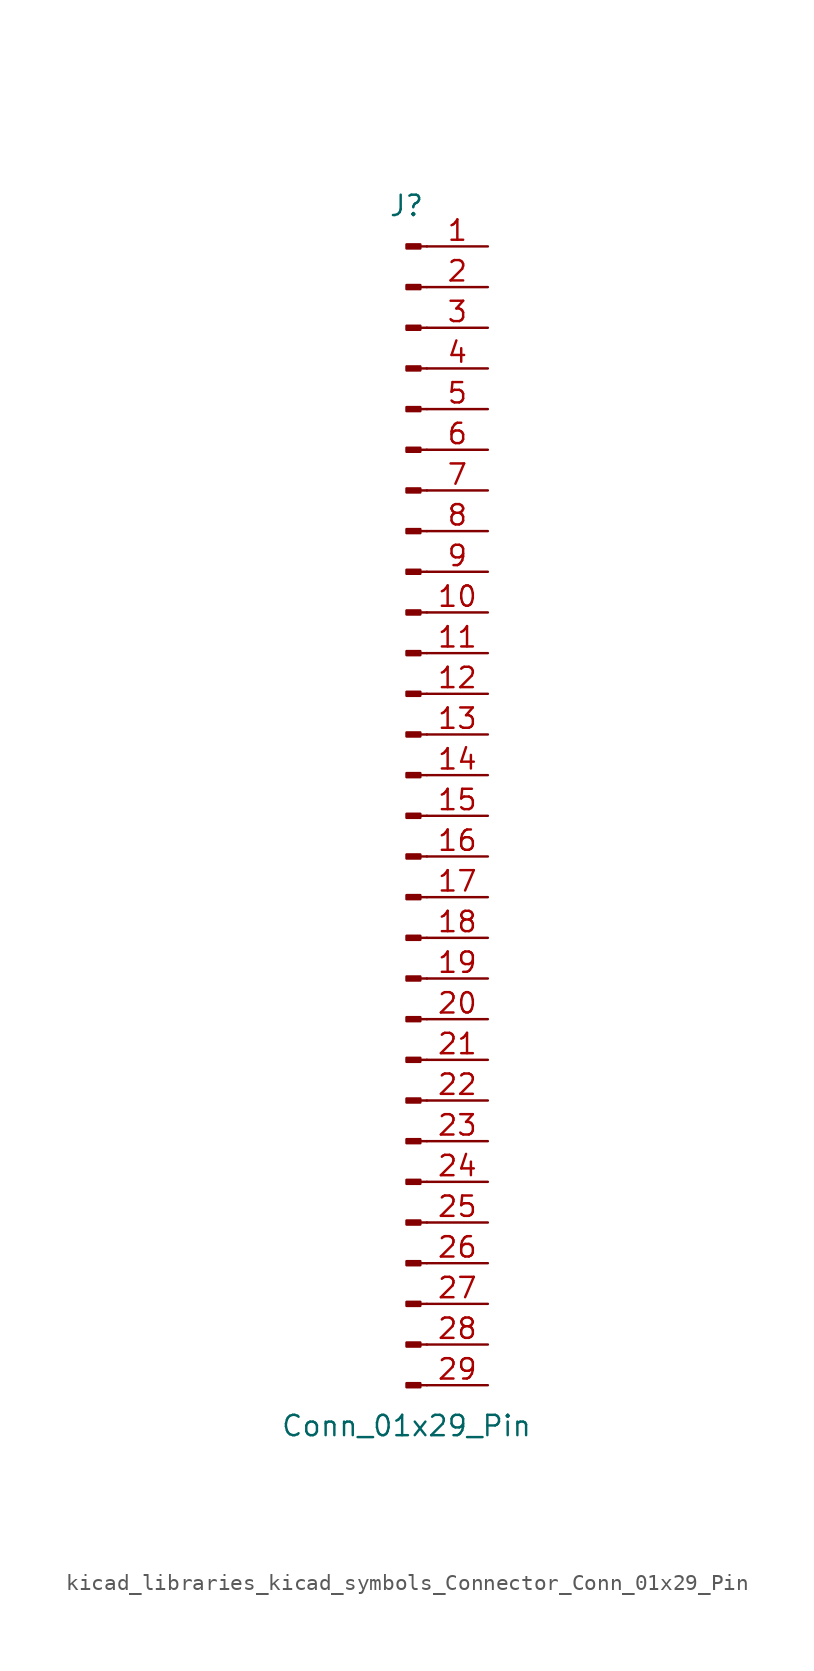
<source format=kicad_sym>
(kicad_symbol_lib
  (version 20220914)
  (generator kicad_symbol_editor)
  (symbol "kicad_libraries_kicad_symbols_Connector_Conn_01x29_Pin"
    (pin_names
      (offset 1.016) hide)
    (property "Reference" "J"
      (at 0 38.1 0)
      (effects (font (size 1.27 1.27))))
    (property "Value" "Conn_01x29_Pin"
      (at 0 -38.1 0)
      (effects (font (size 1.27 1.27))))
    (property "ki_locked" ""
      (at 0 0 0)
      (effects (font (size 1.27 1.27))))
    (symbol "kicad_libraries_kicad_symbols_Connector_Conn_01x29_Pin_1_1"
      (polyline (pts (xy 1.27 -35.56) (xy 0.864 -35.56)) (stroke (width 0.152) (type default)) (fill (type none)))
      (polyline (pts (xy 1.27 -33.02) (xy 0.864 -33.02)) (stroke (width 0.152) (type default)) (fill (type none)))
      (polyline (pts (xy 1.27 -30.48) (xy 0.864 -30.48)) (stroke (width 0.152) (type default)) (fill (type none)))
      (polyline (pts (xy 1.27 -27.94) (xy 0.864 -27.94)) (stroke (width 0.152) (type default)) (fill (type none)))
      (polyline (pts (xy 1.27 -25.4) (xy 0.864 -25.4)) (stroke (width 0.152) (type default)) (fill (type none)))
      (polyline (pts (xy 1.27 -22.86) (xy 0.864 -22.86)) (stroke (width 0.152) (type default)) (fill (type none)))
      (polyline (pts (xy 1.27 -20.32) (xy 0.864 -20.32)) (stroke (width 0.152) (type default)) (fill (type none)))
      (polyline (pts (xy 1.27 -17.78) (xy 0.864 -17.78)) (stroke (width 0.152) (type default)) (fill (type none)))
      (polyline (pts (xy 1.27 -15.24) (xy 0.864 -15.24)) (stroke (width 0.152) (type default)) (fill (type none)))
      (polyline (pts (xy 1.27 -12.7) (xy 0.864 -12.7)) (stroke (width 0.152) (type default)) (fill (type none)))
      (polyline (pts (xy 1.27 -10.16) (xy 0.864 -10.16)) (stroke (width 0.152) (type default)) (fill (type none)))
      (polyline (pts (xy 1.27 -7.62) (xy 0.864 -7.62)) (stroke (width 0.152) (type default)) (fill (type none)))
      (polyline (pts (xy 1.27 -5.08) (xy 0.864 -5.08)) (stroke (width 0.152) (type default)) (fill (type none)))
      (polyline (pts (xy 1.27 -2.54) (xy 0.864 -2.54)) (stroke (width 0.152) (type default)) (fill (type none)))
      (polyline (pts (xy 1.27 0) (xy 0.864 0)) (stroke (width 0.152) (type default)) (fill (type none)))
      (polyline (pts (xy 1.27 2.54) (xy 0.864 2.54)) (stroke (width 0.152) (type default)) (fill (type none)))
      (polyline (pts (xy 1.27 5.08) (xy 0.864 5.08)) (stroke (width 0.152) (type default)) (fill (type none)))
      (polyline (pts (xy 1.27 7.62) (xy 0.864 7.62)) (stroke (width 0.152) (type default)) (fill (type none)))
      (polyline (pts (xy 1.27 10.16) (xy 0.864 10.16)) (stroke (width 0.152) (type default)) (fill (type none)))
      (polyline (pts (xy 1.27 12.7) (xy 0.864 12.7)) (stroke (width 0.152) (type default)) (fill (type none)))
      (polyline (pts (xy 1.27 15.24) (xy 0.864 15.24)) (stroke (width 0.152) (type default)) (fill (type none)))
      (polyline (pts (xy 1.27 17.78) (xy 0.864 17.78)) (stroke (width 0.152) (type default)) (fill (type none)))
      (polyline (pts (xy 1.27 20.32) (xy 0.864 20.32)) (stroke (width 0.152) (type default)) (fill (type none)))
      (polyline (pts (xy 1.27 22.86) (xy 0.864 22.86)) (stroke (width 0.152) (type default)) (fill (type none)))
      (polyline (pts (xy 1.27 25.4) (xy 0.864 25.4)) (stroke (width 0.152) (type default)) (fill (type none)))
      (polyline (pts (xy 1.27 27.94) (xy 0.864 27.94)) (stroke (width 0.152) (type default)) (fill (type none)))
      (polyline (pts (xy 1.27 30.48) (xy 0.864 30.48)) (stroke (width 0.152) (type default)) (fill (type none)))
      (polyline (pts (xy 1.27 33.02) (xy 0.864 33.02)) (stroke (width 0.152) (type default)) (fill (type none)))
      (polyline (pts (xy 1.27 35.56) (xy 0.864 35.56)) (stroke (width 0.152) (type default)) (fill (type none)))
      (rectangle (start 0.864 -35.433) (end 0 -35.687) (stroke (width 0.152) (type default)) (fill (type outline)))
      (rectangle (start 0.864 -32.893) (end 0 -33.147) (stroke (width 0.152) (type default)) (fill (type outline)))
      (rectangle (start 0.864 -30.353) (end 0 -30.607) (stroke (width 0.152) (type default)) (fill (type outline)))
      (rectangle (start 0.864 -27.813) (end 0 -28.067) (stroke (width 0.152) (type default)) (fill (type outline)))
      (rectangle (start 0.864 -25.273) (end 0 -25.527) (stroke (width 0.152) (type default)) (fill (type outline)))
      (rectangle (start 0.864 -22.733) (end 0 -22.987) (stroke (width 0.152) (type default)) (fill (type outline)))
      (rectangle (start 0.864 -20.193) (end 0 -20.447) (stroke (width 0.152) (type default)) (fill (type outline)))
      (rectangle (start 0.864 -17.653) (end 0 -17.907) (stroke (width 0.152) (type default)) (fill (type outline)))
      (rectangle (start 0.864 -15.113) (end 0 -15.367) (stroke (width 0.152) (type default)) (fill (type outline)))
      (rectangle (start 0.864 -12.573) (end 0 -12.827) (stroke (width 0.152) (type default)) (fill (type outline)))
      (rectangle (start 0.864 -10.033) (end 0 -10.287) (stroke (width 0.152) (type default)) (fill (type outline)))
      (rectangle (start 0.864 -7.493) (end 0 -7.747) (stroke (width 0.152) (type default)) (fill (type outline)))
      (rectangle (start 0.864 -4.953) (end 0 -5.207) (stroke (width 0.152) (type default)) (fill (type outline)))
      (rectangle (start 0.864 -2.413) (end 0 -2.667) (stroke (width 0.152) (type default)) (fill (type outline)))
      (rectangle (start 0.864 0.127) (end 0 -0.127) (stroke (width 0.152) (type default)) (fill (type outline)))
      (rectangle (start 0.864 2.667) (end 0 2.413) (stroke (width 0.152) (type default)) (fill (type outline)))
      (rectangle (start 0.864 5.207) (end 0 4.953) (stroke (width 0.152) (type default)) (fill (type outline)))
      (rectangle (start 0.864 7.747) (end 0 7.493) (stroke (width 0.152) (type default)) (fill (type outline)))
      (rectangle (start 0.864 10.287) (end 0 10.033) (stroke (width 0.152) (type default)) (fill (type outline)))
      (rectangle (start 0.864 12.827) (end 0 12.573) (stroke (width 0.152) (type default)) (fill (type outline)))
      (rectangle (start 0.864 15.367) (end 0 15.113) (stroke (width 0.152) (type default)) (fill (type outline)))
      (rectangle (start 0.864 17.907) (end 0 17.653) (stroke (width 0.152) (type default)) (fill (type outline)))
      (rectangle (start 0.864 20.447) (end 0 20.193) (stroke (width 0.152) (type default)) (fill (type outline)))
      (rectangle (start 0.864 22.987) (end 0 22.733) (stroke (width 0.152) (type default)) (fill (type outline)))
      (rectangle (start 0.864 25.527) (end 0 25.273) (stroke (width 0.152) (type default)) (fill (type outline)))
      (rectangle (start 0.864 28.067) (end 0 27.813) (stroke (width 0.152) (type default)) (fill (type outline)))
      (rectangle (start 0.864 30.607) (end 0 30.353) (stroke (width 0.152) (type default)) (fill (type outline)))
      (rectangle (start 0.864 33.147) (end 0 32.893) (stroke (width 0.152) (type default)) (fill (type outline)))
      (rectangle (start 0.864 35.687) (end 0 35.433) (stroke (width 0.152) (type default)) (fill (type outline)))
      (pin passive line (at 5.08 35.56 180) (length 3.81) (name "Pin_1" (effects (font (size 1.27 1.27)))) (number "1" (effects (font (size 1.27 1.27)))))
      (pin passive line (at 5.08 12.7 180) (length 3.81) (name "Pin_10" (effects (font (size 1.27 1.27)))) (number "10" (effects (font (size 1.27 1.27)))))
      (pin passive line (at 5.08 10.16 180) (length 3.81) (name "Pin_11" (effects (font (size 1.27 1.27)))) (number "11" (effects (font (size 1.27 1.27)))))
      (pin passive line (at 5.08 7.62 180) (length 3.81) (name "Pin_12" (effects (font (size 1.27 1.27)))) (number "12" (effects (font (size 1.27 1.27)))))
      (pin passive line (at 5.08 5.08 180) (length 3.81) (name "Pin_13" (effects (font (size 1.27 1.27)))) (number "13" (effects (font (size 1.27 1.27)))))
      (pin passive line (at 5.08 2.54 180) (length 3.81) (name "Pin_14" (effects (font (size 1.27 1.27)))) (number "14" (effects (font (size 1.27 1.27)))))
      (pin passive line (at 5.08 0 180) (length 3.81) (name "Pin_15" (effects (font (size 1.27 1.27)))) (number "15" (effects (font (size 1.27 1.27)))))
      (pin passive line (at 5.08 -2.54 180) (length 3.81) (name "Pin_16" (effects (font (size 1.27 1.27)))) (number "16" (effects (font (size 1.27 1.27)))))
      (pin passive line (at 5.08 -5.08 180) (length 3.81) (name "Pin_17" (effects (font (size 1.27 1.27)))) (number "17" (effects (font (size 1.27 1.27)))))
      (pin passive line (at 5.08 -7.62 180) (length 3.81) (name "Pin_18" (effects (font (size 1.27 1.27)))) (number "18" (effects (font (size 1.27 1.27)))))
      (pin passive line (at 5.08 -10.16 180) (length 3.81) (name "Pin_19" (effects (font (size 1.27 1.27)))) (number "19" (effects (font (size 1.27 1.27)))))
      (pin passive line (at 5.08 33.02 180) (length 3.81) (name "Pin_2" (effects (font (size 1.27 1.27)))) (number "2" (effects (font (size 1.27 1.27)))))
      (pin passive line (at 5.08 -12.7 180) (length 3.81) (name "Pin_20" (effects (font (size 1.27 1.27)))) (number "20" (effects (font (size 1.27 1.27)))))
      (pin passive line (at 5.08 -15.24 180) (length 3.81) (name "Pin_21" (effects (font (size 1.27 1.27)))) (number "21" (effects (font (size 1.27 1.27)))))
      (pin passive line (at 5.08 -17.78 180) (length 3.81) (name "Pin_22" (effects (font (size 1.27 1.27)))) (number "22" (effects (font (size 1.27 1.27)))))
      (pin passive line (at 5.08 -20.32 180) (length 3.81) (name "Pin_23" (effects (font (size 1.27 1.27)))) (number "23" (effects (font (size 1.27 1.27)))))
      (pin passive line (at 5.08 -22.86 180) (length 3.81) (name "Pin_24" (effects (font (size 1.27 1.27)))) (number "24" (effects (font (size 1.27 1.27)))))
      (pin passive line (at 5.08 -25.4 180) (length 3.81) (name "Pin_25" (effects (font (size 1.27 1.27)))) (number "25" (effects (font (size 1.27 1.27)))))
      (pin passive line (at 5.08 -27.94 180) (length 3.81) (name "Pin_26" (effects (font (size 1.27 1.27)))) (number "26" (effects (font (size 1.27 1.27)))))
      (pin passive line (at 5.08 -30.48 180) (length 3.81) (name "Pin_27" (effects (font (size 1.27 1.27)))) (number "27" (effects (font (size 1.27 1.27)))))
      (pin passive line (at 5.08 -33.02 180) (length 3.81) (name "Pin_28" (effects (font (size 1.27 1.27)))) (number "28" (effects (font (size 1.27 1.27)))))
      (pin passive line (at 5.08 -35.56 180) (length 3.81) (name "Pin_29" (effects (font (size 1.27 1.27)))) (number "29" (effects (font (size 1.27 1.27)))))
      (pin passive line (at 5.08 30.48 180) (length 3.81) (name "Pin_3" (effects (font (size 1.27 1.27)))) (number "3" (effects (font (size 1.27 1.27)))))
      (pin passive line (at 5.08 27.94 180) (length 3.81) (name "Pin_4" (effects (font (size 1.27 1.27)))) (number "4" (effects (font (size 1.27 1.27)))))
      (pin passive line (at 5.08 25.4 180) (length 3.81) (name "Pin_5" (effects (font (size 1.27 1.27)))) (number "5" (effects (font (size 1.27 1.27)))))
      (pin passive line (at 5.08 22.86 180) (length 3.81) (name "Pin_6" (effects (font (size 1.27 1.27)))) (number "6" (effects (font (size 1.27 1.27)))))
      (pin passive line (at 5.08 20.32 180) (length 3.81) (name "Pin_7" (effects (font (size 1.27 1.27)))) (number "7" (effects (font (size 1.27 1.27)))))
      (pin passive line (at 5.08 17.78 180) (length 3.81) (name "Pin_8" (effects (font (size 1.27 1.27)))) (number "8" (effects (font (size 1.27 1.27)))))
      (pin passive line (at 5.08 15.24 180) (length 3.81) (name "Pin_9" (effects (font (size 1.27 1.27)))) (number "9" (effects (font (size 1.27 1.27))))))))
</source>
